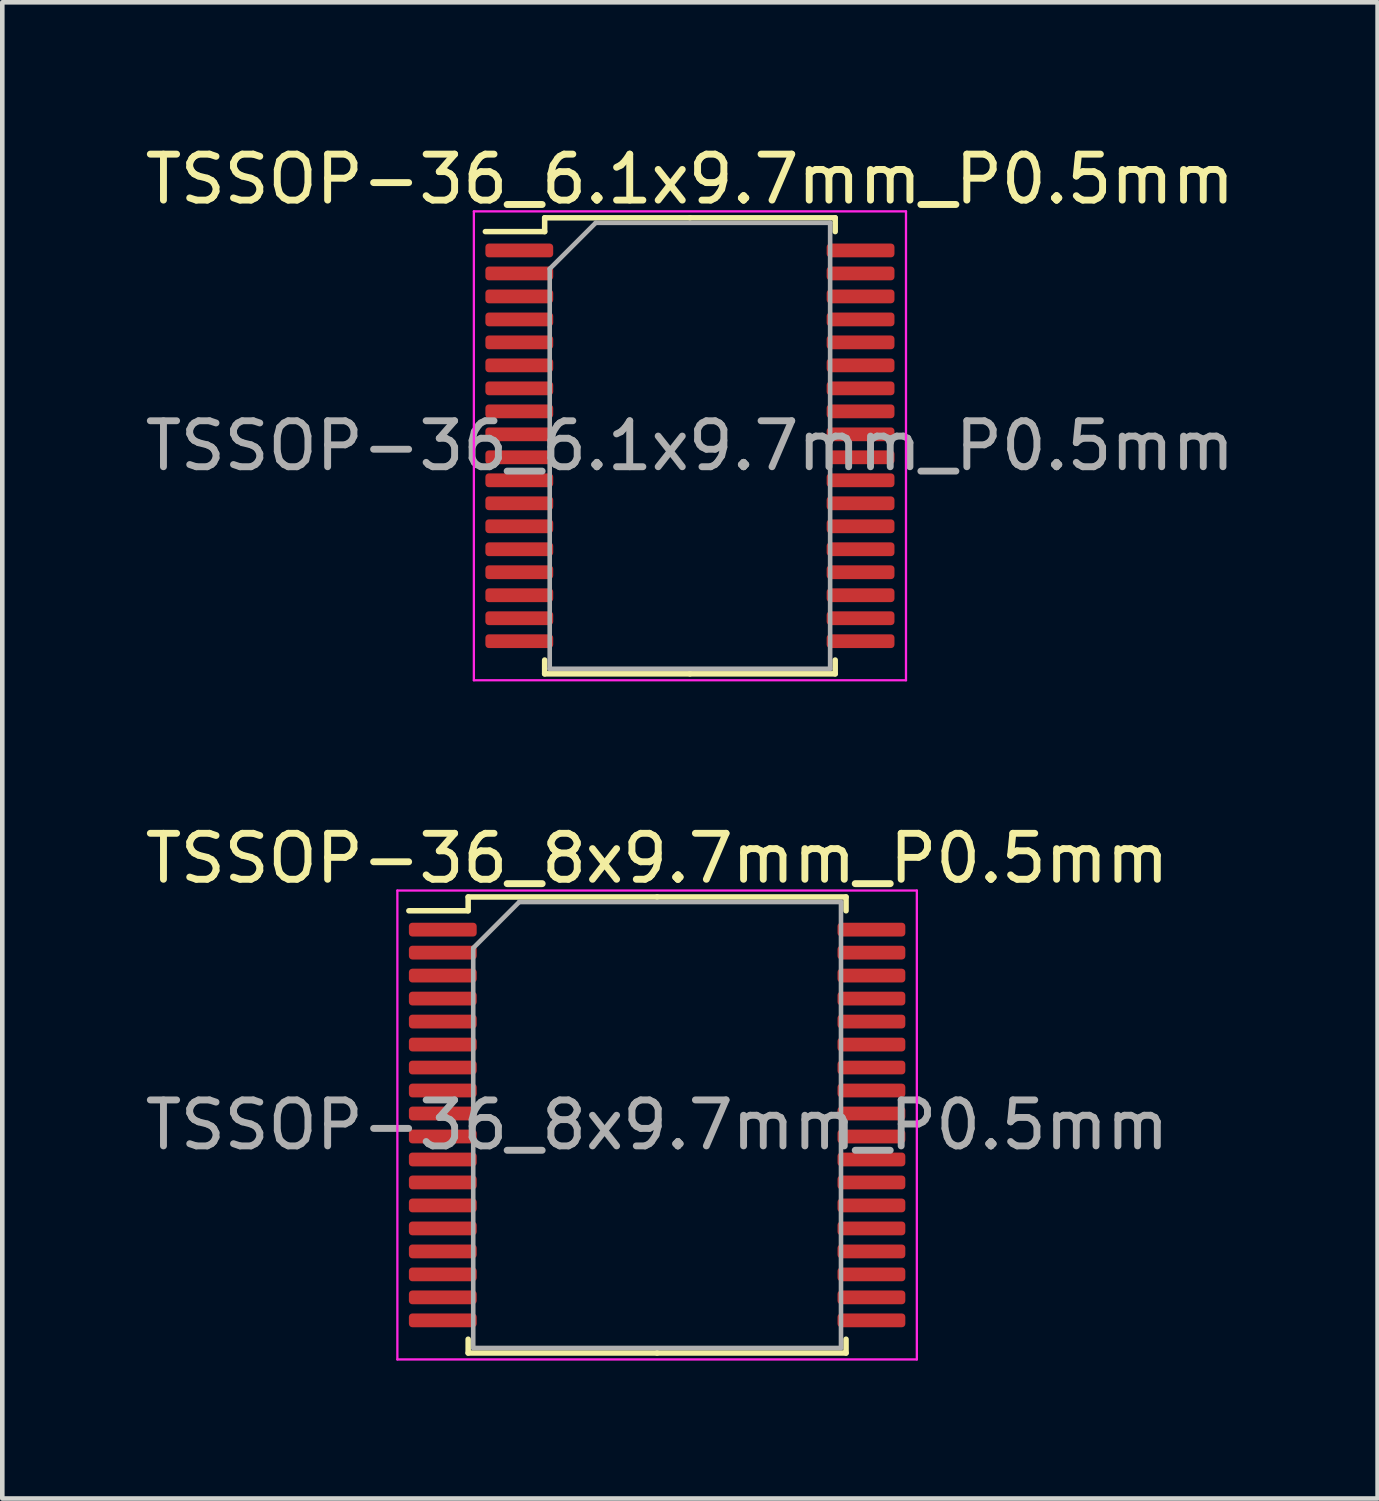
<source format=kicad_pcb>
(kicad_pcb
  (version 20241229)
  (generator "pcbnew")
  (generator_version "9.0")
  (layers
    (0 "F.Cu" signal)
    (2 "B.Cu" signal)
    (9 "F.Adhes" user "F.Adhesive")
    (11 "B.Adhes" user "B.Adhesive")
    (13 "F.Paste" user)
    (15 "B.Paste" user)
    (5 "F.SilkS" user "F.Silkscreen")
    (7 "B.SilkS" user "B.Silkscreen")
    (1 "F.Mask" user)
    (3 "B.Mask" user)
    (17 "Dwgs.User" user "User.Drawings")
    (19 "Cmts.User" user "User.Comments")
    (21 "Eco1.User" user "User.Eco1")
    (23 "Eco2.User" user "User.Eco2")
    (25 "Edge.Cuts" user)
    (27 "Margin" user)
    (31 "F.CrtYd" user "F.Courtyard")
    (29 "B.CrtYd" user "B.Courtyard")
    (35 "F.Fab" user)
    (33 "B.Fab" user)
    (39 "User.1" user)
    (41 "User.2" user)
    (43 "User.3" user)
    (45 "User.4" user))
  (footprint "TSSOP-36_6.1x9.7mm_P0.5mm"
    (layer "F.Cu")
    (at 11.958 6.648)
    (property "Reference" "TSSOP-36_6.1x9.7mm_P0.5mm" (at 0 -5.8 0) (layer "F.SilkS") (effects (font (size 1 1) (thickness 0.15))))
    (attr smd)
    (fp_line (start -3.16 -4.96) (end -3.16 -4.66) (stroke (width 0.12) (type solid)) (layer "F.SilkS"))
    (fp_line (start -3.16 -4.66) (end -4.45 -4.66) (stroke (width 0.12) (type solid)) (layer "F.SilkS"))
    (fp_line (start -3.16 4.96) (end -3.16 4.66) (stroke (width 0.12) (type solid)) (layer "F.SilkS"))
    (fp_line (start 0 -4.96) (end -3.16 -4.96) (stroke (width 0.12) (type solid)) (layer "F.SilkS"))
    (fp_line (start 0 -4.96) (end 3.16 -4.96) (stroke (width 0.12) (type solid)) (layer "F.SilkS"))
    (fp_line (start 0 4.96) (end -3.16 4.96) (stroke (width 0.12) (type solid)) (layer "F.SilkS"))
    (fp_line (start 0 4.96) (end 3.16 4.96) (stroke (width 0.12) (type solid)) (layer "F.SilkS"))
    (fp_line (start 3.16 -4.96) (end 3.16 -4.66) (stroke (width 0.12) (type solid)) (layer "F.SilkS"))
    (fp_line (start 3.16 4.96) (end 3.16 4.66) (stroke (width 0.12) (type solid)) (layer "F.SilkS"))
    (fp_line (start -4.7 -5.1) (end -4.7 5.1) (stroke (width 0.05) (type solid)) (layer "F.CrtYd"))
    (fp_line (start -4.7 5.1) (end 4.7 5.1) (stroke (width 0.05) (type solid)) (layer "F.CrtYd"))
    (fp_line (start 4.7 -5.1) (end -4.7 -5.1) (stroke (width 0.05) (type solid)) (layer "F.CrtYd"))
    (fp_line (start 4.7 5.1) (end 4.7 -5.1) (stroke (width 0.05) (type solid)) (layer "F.CrtYd"))
    (fp_line (start -3.05 -3.85) (end -2.05 -4.85) (stroke (width 0.1) (type solid)) (layer "F.Fab"))
    (fp_line (start -3.05 4.85) (end -3.05 -3.85) (stroke (width 0.1) (type solid)) (layer "F.Fab"))
    (fp_line (start -2.05 -4.85) (end 3.05 -4.85) (stroke (width 0.1) (type solid)) (layer "F.Fab"))
    (fp_line (start 3.05 -4.85) (end 3.05 4.85) (stroke (width 0.1) (type solid)) (layer "F.Fab"))
    (fp_line (start 3.05 4.85) (end -3.05 4.85) (stroke (width 0.1) (type solid)) (layer "F.Fab"))
    (fp_text user "${REFERENCE}" (at 0 0 0) (layer "F.Fab") (effects (font (size 1 1) (thickness 0.15))))
    (pad "1" smd roundrect (at -3.712 -4.25) (size 1.475 0.3) (layers "F.Cu" "F.Mask" "F.Paste") (roundrect_rratio 0.25))
    (pad "2" smd roundrect (at -3.712 -3.75) (size 1.475 0.3) (layers "F.Cu" "F.Mask" "F.Paste") (roundrect_rratio 0.25))
    (pad "3" smd roundrect (at -3.712 -3.25) (size 1.475 0.3) (layers "F.Cu" "F.Mask" "F.Paste") (roundrect_rratio 0.25))
    (pad "4" smd roundrect (at -3.712 -2.75) (size 1.475 0.3) (layers "F.Cu" "F.Mask" "F.Paste") (roundrect_rratio 0.25))
    (pad "5" smd roundrect (at -3.712 -2.25) (size 1.475 0.3) (layers "F.Cu" "F.Mask" "F.Paste") (roundrect_rratio 0.25))
    (pad "6" smd roundrect (at -3.712 -1.75) (size 1.475 0.3) (layers "F.Cu" "F.Mask" "F.Paste") (roundrect_rratio 0.25))
    (pad "7" smd roundrect (at -3.712 -1.25) (size 1.475 0.3) (layers "F.Cu" "F.Mask" "F.Paste") (roundrect_rratio 0.25))
    (pad "8" smd roundrect (at -3.712 -0.75) (size 1.475 0.3) (layers "F.Cu" "F.Mask" "F.Paste") (roundrect_rratio 0.25))
    (pad "9" smd roundrect (at -3.712 -0.25) (size 1.475 0.3) (layers "F.Cu" "F.Mask" "F.Paste") (roundrect_rratio 0.25))
    (pad "10" smd roundrect (at -3.712 0.25) (size 1.475 0.3) (layers "F.Cu" "F.Mask" "F.Paste") (roundrect_rratio 0.25))
    (pad "11" smd roundrect (at -3.712 0.75) (size 1.475 0.3) (layers "F.Cu" "F.Mask" "F.Paste") (roundrect_rratio 0.25))
    (pad "12" smd roundrect (at -3.712 1.25) (size 1.475 0.3) (layers "F.Cu" "F.Mask" "F.Paste") (roundrect_rratio 0.25))
    (pad "13" smd roundrect (at -3.712 1.75) (size 1.475 0.3) (layers "F.Cu" "F.Mask" "F.Paste") (roundrect_rratio 0.25))
    (pad "14" smd roundrect (at -3.712 2.25) (size 1.475 0.3) (layers "F.Cu" "F.Mask" "F.Paste") (roundrect_rratio 0.25))
    (pad "15" smd roundrect (at -3.712 2.75) (size 1.475 0.3) (layers "F.Cu" "F.Mask" "F.Paste") (roundrect_rratio 0.25))
    (pad "16" smd roundrect (at -3.712 3.25) (size 1.475 0.3) (layers "F.Cu" "F.Mask" "F.Paste") (roundrect_rratio 0.25))
    (pad "17" smd roundrect (at -3.712 3.75) (size 1.475 0.3) (layers "F.Cu" "F.Mask" "F.Paste") (roundrect_rratio 0.25))
    (pad "18" smd roundrect (at -3.712 4.25) (size 1.475 0.3) (layers "F.Cu" "F.Mask" "F.Paste") (roundrect_rratio 0.25))
    (pad "19" smd roundrect (at 3.712 4.25) (size 1.475 0.3) (layers "F.Cu" "F.Mask" "F.Paste") (roundrect_rratio 0.25))
    (pad "20" smd roundrect (at 3.712 3.75) (size 1.475 0.3) (layers "F.Cu" "F.Mask" "F.Paste") (roundrect_rratio 0.25))
    (pad "21" smd roundrect (at 3.712 3.25) (size 1.475 0.3) (layers "F.Cu" "F.Mask" "F.Paste") (roundrect_rratio 0.25))
    (pad "22" smd roundrect (at 3.712 2.75) (size 1.475 0.3) (layers "F.Cu" "F.Mask" "F.Paste") (roundrect_rratio 0.25))
    (pad "23" smd roundrect (at 3.712 2.25) (size 1.475 0.3) (layers "F.Cu" "F.Mask" "F.Paste") (roundrect_rratio 0.25))
    (pad "24" smd roundrect (at 3.712 1.75) (size 1.475 0.3) (layers "F.Cu" "F.Mask" "F.Paste") (roundrect_rratio 0.25))
    (pad "25" smd roundrect (at 3.712 1.25) (size 1.475 0.3) (layers "F.Cu" "F.Mask" "F.Paste") (roundrect_rratio 0.25))
    (pad "26" smd roundrect (at 3.712 0.75) (size 1.475 0.3) (layers "F.Cu" "F.Mask" "F.Paste") (roundrect_rratio 0.25))
    (pad "27" smd roundrect (at 3.712 0.25) (size 1.475 0.3) (layers "F.Cu" "F.Mask" "F.Paste") (roundrect_rratio 0.25))
    (pad "28" smd roundrect (at 3.712 -0.25) (size 1.475 0.3) (layers "F.Cu" "F.Mask" "F.Paste") (roundrect_rratio 0.25))
    (pad "29" smd roundrect (at 3.712 -0.75) (size 1.475 0.3) (layers "F.Cu" "F.Mask" "F.Paste") (roundrect_rratio 0.25))
    (pad "30" smd roundrect (at 3.712 -1.25) (size 1.475 0.3) (layers "F.Cu" "F.Mask" "F.Paste") (roundrect_rratio 0.25))
    (pad "31" smd roundrect (at 3.712 -1.75) (size 1.475 0.3) (layers "F.Cu" "F.Mask" "F.Paste") (roundrect_rratio 0.25))
    (pad "32" smd roundrect (at 3.712 -2.25) (size 1.475 0.3) (layers "F.Cu" "F.Mask" "F.Paste") (roundrect_rratio 0.25))
    (pad "33" smd roundrect (at 3.712 -2.75) (size 1.475 0.3) (layers "F.Cu" "F.Mask" "F.Paste") (roundrect_rratio 0.25))
    (pad "34" smd roundrect (at 3.712 -3.25) (size 1.475 0.3) (layers "F.Cu" "F.Mask" "F.Paste") (roundrect_rratio 0.25))
    (pad "35" smd roundrect (at 3.712 -3.75) (size 1.475 0.3) (layers "F.Cu" "F.Mask" "F.Paste") (roundrect_rratio 0.25))
    (pad "36" smd roundrect (at 3.712 -4.25) (size 1.475 0.3) (layers "F.Cu" "F.Mask" "F.Paste") (roundrect_rratio 0.25)))
  (footprint "TSSOP-36_8x9.7mm_P0.5mm"
    (layer "F.Cu")
    (at 11.244 21.422)
    (property "Reference" "TSSOP-36_8x9.7mm_P0.5mm" (at 0 -5.8 0) (layer "F.SilkS") (effects (font (size 1 1) (thickness 0.15))))
    (attr smd)
    (fp_line (start -4.11 -4.96) (end -4.11 -4.66) (stroke (width 0.12) (type solid)) (layer "F.SilkS"))
    (fp_line (start -4.11 -4.66) (end -5.4 -4.66) (stroke (width 0.12) (type solid)) (layer "F.SilkS"))
    (fp_line (start -4.11 4.96) (end -4.11 4.66) (stroke (width 0.12) (type solid)) (layer "F.SilkS"))
    (fp_line (start 0 -4.96) (end -4.11 -4.96) (stroke (width 0.12) (type solid)) (layer "F.SilkS"))
    (fp_line (start 0 -4.96) (end 4.11 -4.96) (stroke (width 0.12) (type solid)) (layer "F.SilkS"))
    (fp_line (start 0 4.96) (end -4.11 4.96) (stroke (width 0.12) (type solid)) (layer "F.SilkS"))
    (fp_line (start 0 4.96) (end 4.11 4.96) (stroke (width 0.12) (type solid)) (layer "F.SilkS"))
    (fp_line (start 4.11 -4.96) (end 4.11 -4.66) (stroke (width 0.12) (type solid)) (layer "F.SilkS"))
    (fp_line (start 4.11 4.96) (end 4.11 4.66) (stroke (width 0.12) (type solid)) (layer "F.SilkS"))
    (fp_line (start -5.65 -5.1) (end -5.65 5.1) (stroke (width 0.05) (type solid)) (layer "F.CrtYd"))
    (fp_line (start -5.65 5.1) (end 5.65 5.1) (stroke (width 0.05) (type solid)) (layer "F.CrtYd"))
    (fp_line (start 5.65 -5.1) (end -5.65 -5.1) (stroke (width 0.05) (type solid)) (layer "F.CrtYd"))
    (fp_line (start 5.65 5.1) (end 5.65 -5.1) (stroke (width 0.05) (type solid)) (layer "F.CrtYd"))
    (fp_line (start -4 -3.85) (end -3 -4.85) (stroke (width 0.1) (type solid)) (layer "F.Fab"))
    (fp_line (start -4 4.85) (end -4 -3.85) (stroke (width 0.1) (type solid)) (layer "F.Fab"))
    (fp_line (start -3 -4.85) (end 4 -4.85) (stroke (width 0.1) (type solid)) (layer "F.Fab"))
    (fp_line (start 4 -4.85) (end 4 4.85) (stroke (width 0.1) (type solid)) (layer "F.Fab"))
    (fp_line (start 4 4.85) (end -4 4.85) (stroke (width 0.1) (type solid)) (layer "F.Fab"))
    (fp_text user "${REFERENCE}" (at 0 0 0) (layer "F.Fab") (effects (font (size 1 1) (thickness 0.15))))
    (pad "1" smd roundrect (at -4.662 -4.25) (size 1.475 0.3) (layers "F.Cu" "F.Mask" "F.Paste") (roundrect_rratio 0.25))
    (pad "2" smd roundrect (at -4.662 -3.75) (size 1.475 0.3) (layers "F.Cu" "F.Mask" "F.Paste") (roundrect_rratio 0.25))
    (pad "3" smd roundrect (at -4.662 -3.25) (size 1.475 0.3) (layers "F.Cu" "F.Mask" "F.Paste") (roundrect_rratio 0.25))
    (pad "4" smd roundrect (at -4.662 -2.75) (size 1.475 0.3) (layers "F.Cu" "F.Mask" "F.Paste") (roundrect_rratio 0.25))
    (pad "5" smd roundrect (at -4.662 -2.25) (size 1.475 0.3) (layers "F.Cu" "F.Mask" "F.Paste") (roundrect_rratio 0.25))
    (pad "6" smd roundrect (at -4.662 -1.75) (size 1.475 0.3) (layers "F.Cu" "F.Mask" "F.Paste") (roundrect_rratio 0.25))
    (pad "7" smd roundrect (at -4.662 -1.25) (size 1.475 0.3) (layers "F.Cu" "F.Mask" "F.Paste") (roundrect_rratio 0.25))
    (pad "8" smd roundrect (at -4.662 -0.75) (size 1.475 0.3) (layers "F.Cu" "F.Mask" "F.Paste") (roundrect_rratio 0.25))
    (pad "9" smd roundrect (at -4.662 -0.25) (size 1.475 0.3) (layers "F.Cu" "F.Mask" "F.Paste") (roundrect_rratio 0.25))
    (pad "10" smd roundrect (at -4.662 0.25) (size 1.475 0.3) (layers "F.Cu" "F.Mask" "F.Paste") (roundrect_rratio 0.25))
    (pad "11" smd roundrect (at -4.662 0.75) (size 1.475 0.3) (layers "F.Cu" "F.Mask" "F.Paste") (roundrect_rratio 0.25))
    (pad "12" smd roundrect (at -4.662 1.25) (size 1.475 0.3) (layers "F.Cu" "F.Mask" "F.Paste") (roundrect_rratio 0.25))
    (pad "13" smd roundrect (at -4.662 1.75) (size 1.475 0.3) (layers "F.Cu" "F.Mask" "F.Paste") (roundrect_rratio 0.25))
    (pad "14" smd roundrect (at -4.662 2.25) (size 1.475 0.3) (layers "F.Cu" "F.Mask" "F.Paste") (roundrect_rratio 0.25))
    (pad "15" smd roundrect (at -4.662 2.75) (size 1.475 0.3) (layers "F.Cu" "F.Mask" "F.Paste") (roundrect_rratio 0.25))
    (pad "16" smd roundrect (at -4.662 3.25) (size 1.475 0.3) (layers "F.Cu" "F.Mask" "F.Paste") (roundrect_rratio 0.25))
    (pad "17" smd roundrect (at -4.662 3.75) (size 1.475 0.3) (layers "F.Cu" "F.Mask" "F.Paste") (roundrect_rratio 0.25))
    (pad "18" smd roundrect (at -4.662 4.25) (size 1.475 0.3) (layers "F.Cu" "F.Mask" "F.Paste") (roundrect_rratio 0.25))
    (pad "19" smd roundrect (at 4.662 4.25) (size 1.475 0.3) (layers "F.Cu" "F.Mask" "F.Paste") (roundrect_rratio 0.25))
    (pad "20" smd roundrect (at 4.662 3.75) (size 1.475 0.3) (layers "F.Cu" "F.Mask" "F.Paste") (roundrect_rratio 0.25))
    (pad "21" smd roundrect (at 4.662 3.25) (size 1.475 0.3) (layers "F.Cu" "F.Mask" "F.Paste") (roundrect_rratio 0.25))
    (pad "22" smd roundrect (at 4.662 2.75) (size 1.475 0.3) (layers "F.Cu" "F.Mask" "F.Paste") (roundrect_rratio 0.25))
    (pad "23" smd roundrect (at 4.662 2.25) (size 1.475 0.3) (layers "F.Cu" "F.Mask" "F.Paste") (roundrect_rratio 0.25))
    (pad "24" smd roundrect (at 4.662 1.75) (size 1.475 0.3) (layers "F.Cu" "F.Mask" "F.Paste") (roundrect_rratio 0.25))
    (pad "25" smd roundrect (at 4.662 1.25) (size 1.475 0.3) (layers "F.Cu" "F.Mask" "F.Paste") (roundrect_rratio 0.25))
    (pad "26" smd roundrect (at 4.662 0.75) (size 1.475 0.3) (layers "F.Cu" "F.Mask" "F.Paste") (roundrect_rratio 0.25))
    (pad "27" smd roundrect (at 4.662 0.25) (size 1.475 0.3) (layers "F.Cu" "F.Mask" "F.Paste") (roundrect_rratio 0.25))
    (pad "28" smd roundrect (at 4.662 -0.25) (size 1.475 0.3) (layers "F.Cu" "F.Mask" "F.Paste") (roundrect_rratio 0.25))
    (pad "29" smd roundrect (at 4.662 -0.75) (size 1.475 0.3) (layers "F.Cu" "F.Mask" "F.Paste") (roundrect_rratio 0.25))
    (pad "30" smd roundrect (at 4.662 -1.25) (size 1.475 0.3) (layers "F.Cu" "F.Mask" "F.Paste") (roundrect_rratio 0.25))
    (pad "31" smd roundrect (at 4.662 -1.75) (size 1.475 0.3) (layers "F.Cu" "F.Mask" "F.Paste") (roundrect_rratio 0.25))
    (pad "32" smd roundrect (at 4.662 -2.25) (size 1.475 0.3) (layers "F.Cu" "F.Mask" "F.Paste") (roundrect_rratio 0.25))
    (pad "33" smd roundrect (at 4.662 -2.75) (size 1.475 0.3) (layers "F.Cu" "F.Mask" "F.Paste") (roundrect_rratio 0.25))
    (pad "34" smd roundrect (at 4.662 -3.25) (size 1.475 0.3) (layers "F.Cu" "F.Mask" "F.Paste") (roundrect_rratio 0.25))
    (pad "35" smd roundrect (at 4.662 -3.75) (size 1.475 0.3) (layers "F.Cu" "F.Mask" "F.Paste") (roundrect_rratio 0.25))
    (pad "36" smd roundrect (at 4.662 -4.25) (size 1.475 0.3) (layers "F.Cu" "F.Mask" "F.Paste") (roundrect_rratio 0.25)))
  (gr_rect
    (start -3 -3)
    (end 26.917 29.547)
    (stroke (width 0.1) (type default))
    (fill no)
    (layer "Edge.Cuts")))
</source>
